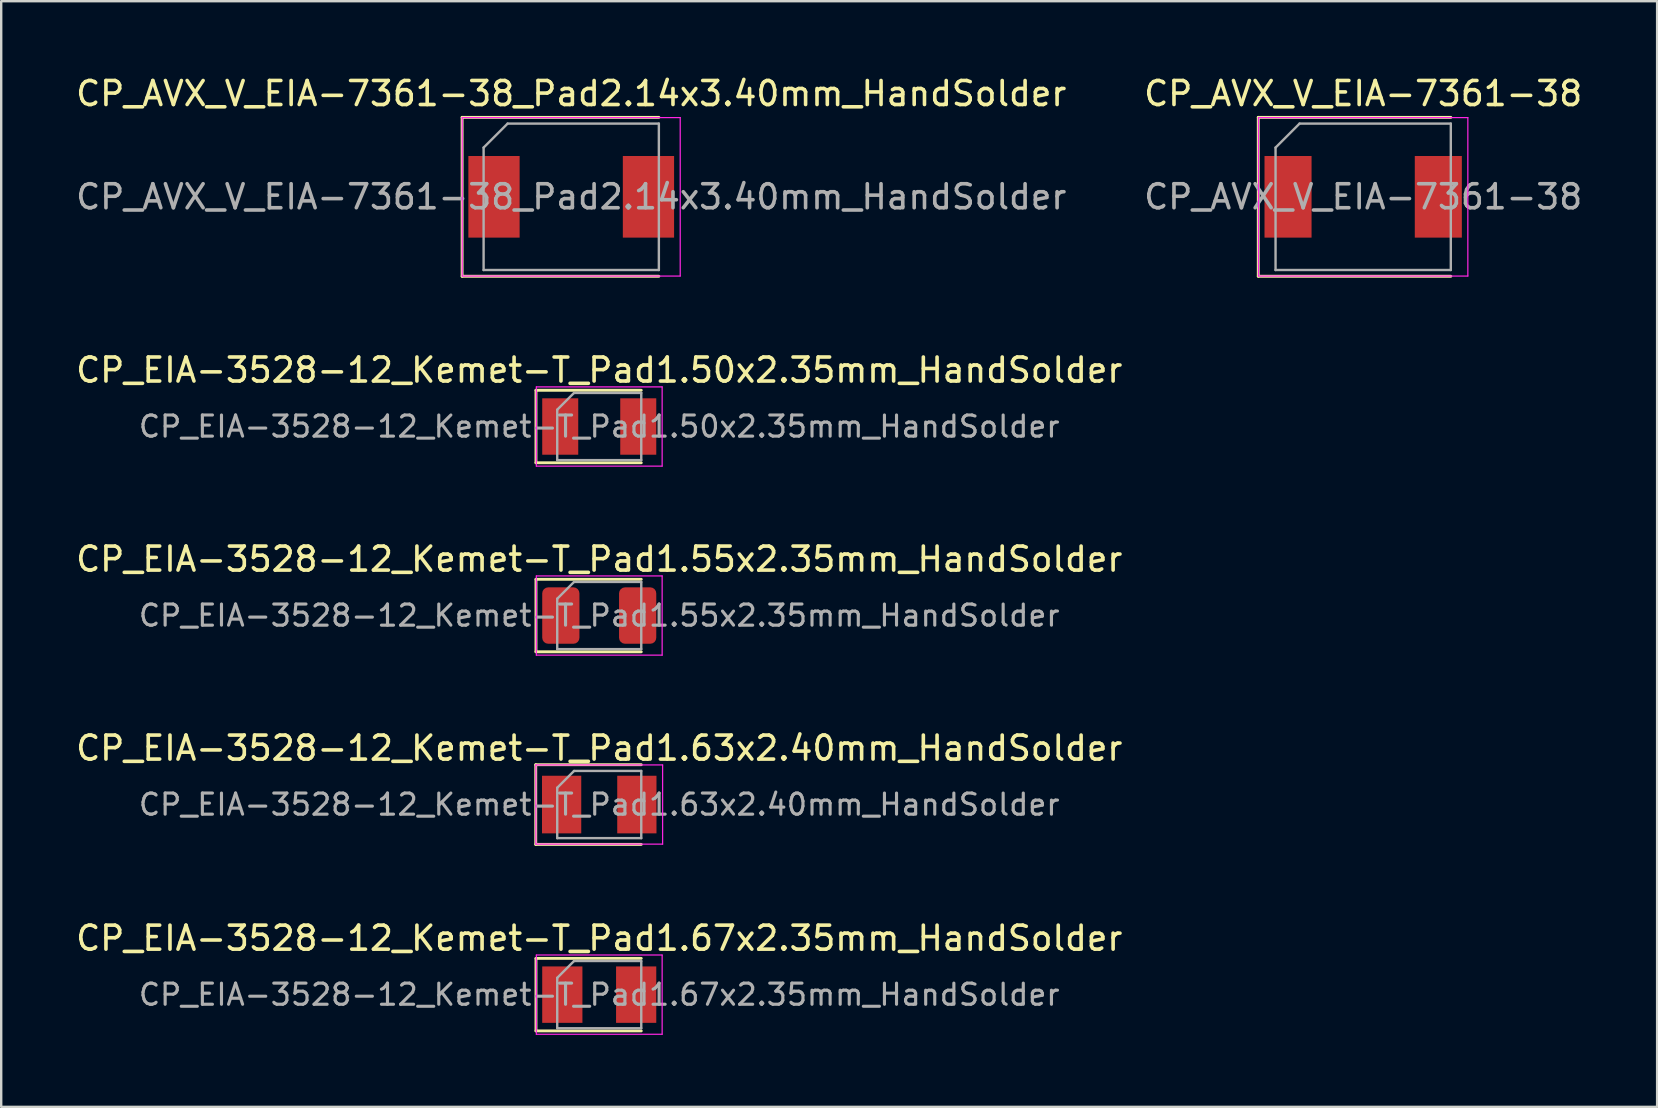
<source format=kicad_pcb>
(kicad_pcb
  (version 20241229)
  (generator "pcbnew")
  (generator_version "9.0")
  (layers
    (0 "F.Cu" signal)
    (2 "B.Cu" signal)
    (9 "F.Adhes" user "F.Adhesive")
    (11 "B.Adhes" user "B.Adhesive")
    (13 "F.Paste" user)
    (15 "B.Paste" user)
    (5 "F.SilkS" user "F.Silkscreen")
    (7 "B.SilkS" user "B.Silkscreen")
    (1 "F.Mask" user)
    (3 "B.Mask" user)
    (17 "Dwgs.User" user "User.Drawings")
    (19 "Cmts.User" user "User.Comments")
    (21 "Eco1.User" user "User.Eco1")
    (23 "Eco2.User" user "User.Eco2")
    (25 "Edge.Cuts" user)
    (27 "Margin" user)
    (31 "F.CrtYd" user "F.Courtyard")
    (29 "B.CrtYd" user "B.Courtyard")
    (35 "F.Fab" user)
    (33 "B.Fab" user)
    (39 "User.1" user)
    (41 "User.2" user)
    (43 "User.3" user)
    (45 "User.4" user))
  (footprint "CP_EIA-3528-12_Kemet-T_Pad1.50x2.35mm_HandSolder"
    (layer "F.Cu")
    (at 21.911 14.716)
    (property "Reference" "CP_EIA-3528-12_Kemet-T_Pad1.50x2.35mm_HandSolder" (at 0 -2.35 0) (layer "F.SilkS") (effects (font (size 1 1) (thickness 0.15))))
    (attr smd)
    (fp_line (start -2.635 -1.51) (end -2.635 1.51) (stroke (width 0.12) (type solid)) (layer "F.SilkS"))
    (fp_line (start -2.635 1.51) (end 1.75 1.51) (stroke (width 0.12) (type solid)) (layer "F.SilkS"))
    (fp_line (start 1.75 -1.51) (end -2.635 -1.51) (stroke (width 0.12) (type solid)) (layer "F.SilkS"))
    (fp_line (start -2.62 -1.65) (end 2.62 -1.65) (stroke (width 0.05) (type solid)) (layer "F.CrtYd"))
    (fp_line (start -2.62 1.65) (end -2.62 -1.65) (stroke (width 0.05) (type solid)) (layer "F.CrtYd"))
    (fp_line (start 2.62 -1.65) (end 2.62 1.65) (stroke (width 0.05) (type solid)) (layer "F.CrtYd"))
    (fp_line (start 2.62 1.65) (end -2.62 1.65) (stroke (width 0.05) (type solid)) (layer "F.CrtYd"))
    (fp_line (start -1.75 -0.7) (end -1.75 1.4) (stroke (width 0.1) (type solid)) (layer "F.Fab"))
    (fp_line (start -1.75 1.4) (end 1.75 1.4) (stroke (width 0.1) (type solid)) (layer "F.Fab"))
    (fp_line (start -1.05 -1.4) (end -1.75 -0.7) (stroke (width 0.1) (type solid)) (layer "F.Fab"))
    (fp_line (start 1.75 -1.4) (end -1.05 -1.4) (stroke (width 0.1) (type solid)) (layer "F.Fab"))
    (fp_line (start 1.75 1.4) (end 1.75 -1.4) (stroke (width 0.1) (type solid)) (layer "F.Fab"))
    (fp_text user "${REFERENCE}" (at 0 0 0) (layer "F.Fab") (effects (font (size 0.88 0.88) (thickness 0.13))))
    (pad "1" smd rect (at -1.625 0) (size 1.5 2.35) (layers "F.Cu" "F.Mask" "F.Paste"))
    (pad "2" smd rect (at 1.625 0) (size 1.5 2.35) (layers "F.Cu" "F.Mask" "F.Paste")))
  (footprint "CP_EIA-3528-12_Kemet-T_Pad1.67x2.35mm_HandSolder"
    (layer "F.Cu")
    (at 21.911 38.381)
    (property "Reference" "CP_EIA-3528-12_Kemet-T_Pad1.67x2.35mm_HandSolder" (at 0 -2.35 0) (layer "F.SilkS") (effects (font (size 1 1) (thickness 0.15))))
    (attr smd)
    (fp_line (start -2.635 -1.51) (end -2.635 1.51) (stroke (width 0.12) (type solid)) (layer "F.SilkS"))
    (fp_line (start -2.635 1.51) (end 1.75 1.51) (stroke (width 0.12) (type solid)) (layer "F.SilkS"))
    (fp_line (start 1.75 -1.51) (end -2.635 -1.51) (stroke (width 0.12) (type solid)) (layer "F.SilkS"))
    (fp_line (start -2.62 -1.65) (end 2.62 -1.65) (stroke (width 0.05) (type solid)) (layer "F.CrtYd"))
    (fp_line (start -2.62 1.65) (end -2.62 -1.65) (stroke (width 0.05) (type solid)) (layer "F.CrtYd"))
    (fp_line (start 2.62 -1.65) (end 2.62 1.65) (stroke (width 0.05) (type solid)) (layer "F.CrtYd"))
    (fp_line (start 2.62 1.65) (end -2.62 1.65) (stroke (width 0.05) (type solid)) (layer "F.CrtYd"))
    (fp_line (start -1.75 -0.7) (end -1.75 1.4) (stroke (width 0.1) (type solid)) (layer "F.Fab"))
    (fp_line (start -1.75 1.4) (end 1.75 1.4) (stroke (width 0.1) (type solid)) (layer "F.Fab"))
    (fp_line (start -1.05 -1.4) (end -1.75 -0.7) (stroke (width 0.1) (type solid)) (layer "F.Fab"))
    (fp_line (start 1.75 -1.4) (end -1.05 -1.4) (stroke (width 0.1) (type solid)) (layer "F.Fab"))
    (fp_line (start 1.75 1.4) (end 1.75 -1.4) (stroke (width 0.1) (type solid)) (layer "F.Fab"))
    (fp_text user "${REFERENCE}" (at 0 0 0) (layer "F.Fab") (effects (font (size 0.88 0.88) (thickness 0.13))))
    (pad "1" smd rect (at -1.538 0) (size 1.675 2.35) (layers "F.Cu" "F.Mask" "F.Paste"))
    (pad "2" smd rect (at 1.538 0) (size 1.675 2.35) (layers "F.Cu" "F.Mask" "F.Paste")))
  (footprint "CP_EIA-3528-12_Kemet-T_Pad1.55x2.35mm_HandSolder"
    (layer "F.Cu")
    (at 21.911 22.59)
    (property "Reference" "CP_EIA-3528-12_Kemet-T_Pad1.55x2.35mm_HandSolder" (at 0 -2.35 0) (layer "F.SilkS") (effects (font (size 1 1) (thickness 0.15))))
    (attr smd)
    (fp_line (start -2.635 -1.51) (end -2.635 1.51) (stroke (width 0.12) (type solid)) (layer "F.SilkS"))
    (fp_line (start -2.635 1.51) (end 1.75 1.51) (stroke (width 0.12) (type solid)) (layer "F.SilkS"))
    (fp_line (start 1.75 -1.51) (end -2.635 -1.51) (stroke (width 0.12) (type solid)) (layer "F.SilkS"))
    (fp_line (start -2.62 -1.65) (end 2.62 -1.65) (stroke (width 0.05) (type solid)) (layer "F.CrtYd"))
    (fp_line (start -2.62 1.65) (end -2.62 -1.65) (stroke (width 0.05) (type solid)) (layer "F.CrtYd"))
    (fp_line (start 2.62 -1.65) (end 2.62 1.65) (stroke (width 0.05) (type solid)) (layer "F.CrtYd"))
    (fp_line (start 2.62 1.65) (end -2.62 1.65) (stroke (width 0.05) (type solid)) (layer "F.CrtYd"))
    (fp_line (start -1.75 -0.7) (end -1.75 1.4) (stroke (width 0.1) (type solid)) (layer "F.Fab"))
    (fp_line (start -1.75 1.4) (end 1.75 1.4) (stroke (width 0.1) (type solid)) (layer "F.Fab"))
    (fp_line (start -1.05 -1.4) (end -1.75 -0.7) (stroke (width 0.1) (type solid)) (layer "F.Fab"))
    (fp_line (start 1.75 -1.4) (end -1.05 -1.4) (stroke (width 0.1) (type solid)) (layer "F.Fab"))
    (fp_line (start 1.75 1.4) (end 1.75 -1.4) (stroke (width 0.1) (type solid)) (layer "F.Fab"))
    (fp_text user "${REFERENCE}" (at 0 0 0) (layer "F.Fab") (effects (font (size 0.88 0.88) (thickness 0.13))))
    (pad "1" smd roundrect (at -1.6 0) (size 1.55 2.35) (layers "F.Cu" "F.Mask" "F.Paste") (roundrect_rratio 0.161))
    (pad "2" smd roundrect (at 1.6 0) (size 1.55 2.35) (layers "F.Cu" "F.Mask" "F.Paste") (roundrect_rratio 0.161)))
  (footprint "CP_AVX_V_EIA-7361-38_Pad2.14x3.40mm_HandSolder"
    (layer "F.Cu")
    (at 20.744 5.148)
    (property "Reference" "CP_AVX_V_EIA-7361-38_Pad2.14x3.40mm_HandSolder" (at 0 -4.3 0) (layer "F.SilkS") (effects (font (size 1 1) (thickness 0.15))))
    (attr smd)
    (fp_line (start -4.545 -3.31) (end -4.545 3.31) (stroke (width 0.12) (type solid)) (layer "F.SilkS"))
    (fp_line (start -4.545 3.31) (end 3.65 3.31) (stroke (width 0.12) (type solid)) (layer "F.SilkS"))
    (fp_line (start 3.65 -3.31) (end -4.545 -3.31) (stroke (width 0.12) (type solid)) (layer "F.SilkS"))
    (fp_line (start -4.54 -3.3) (end 4.54 -3.3) (stroke (width 0.05) (type solid)) (layer "F.CrtYd"))
    (fp_line (start -4.54 3.3) (end -4.54 -3.3) (stroke (width 0.05) (type solid)) (layer "F.CrtYd"))
    (fp_line (start 4.54 -3.3) (end 4.54 3.3) (stroke (width 0.05) (type solid)) (layer "F.CrtYd"))
    (fp_line (start 4.54 3.3) (end -4.54 3.3) (stroke (width 0.05) (type solid)) (layer "F.CrtYd"))
    (fp_line (start -3.65 -2.05) (end -3.65 3.05) (stroke (width 0.1) (type solid)) (layer "F.Fab"))
    (fp_line (start -3.65 3.05) (end 3.65 3.05) (stroke (width 0.1) (type solid)) (layer "F.Fab"))
    (fp_line (start -2.65 -3.05) (end -3.65 -2.05) (stroke (width 0.1) (type solid)) (layer "F.Fab"))
    (fp_line (start 3.65 -3.05) (end -2.65 -3.05) (stroke (width 0.1) (type solid)) (layer "F.Fab"))
    (fp_line (start 3.65 3.05) (end 3.65 -3.05) (stroke (width 0.1) (type solid)) (layer "F.Fab"))
    (fp_text user "${REFERENCE}" (at 0 0 0) (layer "F.Fab") (effects (font (size 1 1) (thickness 0.15))))
    (pad "1" smd rect (at -3.217 0) (size 2.135 3.4) (layers "F.Cu" "F.Mask" "F.Paste"))
    (pad "2" smd rect (at 3.217 0) (size 2.135 3.4) (layers "F.Cu" "F.Mask" "F.Paste")))
  (footprint "CP_AVX_V_EIA-7361-38"
    (layer "F.Cu")
    (at 53.732 5.148)
    (property "Reference" "CP_AVX_V_EIA-7361-38" (at 0 -4.3 0) (layer "F.SilkS") (effects (font (size 1 1) (thickness 0.15))))
    (attr smd)
    (fp_line (start -4.37 -3.31) (end -4.37 3.31) (stroke (width 0.12) (type solid)) (layer "F.SilkS"))
    (fp_line (start -4.37 3.31) (end 3.65 3.31) (stroke (width 0.12) (type solid)) (layer "F.SilkS"))
    (fp_line (start 3.65 -3.31) (end -4.37 -3.31) (stroke (width 0.12) (type solid)) (layer "F.SilkS"))
    (fp_line (start -4.36 -3.3) (end 4.36 -3.3) (stroke (width 0.05) (type solid)) (layer "F.CrtYd"))
    (fp_line (start -4.36 3.3) (end -4.36 -3.3) (stroke (width 0.05) (type solid)) (layer "F.CrtYd"))
    (fp_line (start 4.36 -3.3) (end 4.36 3.3) (stroke (width 0.05) (type solid)) (layer "F.CrtYd"))
    (fp_line (start 4.36 3.3) (end -4.36 3.3) (stroke (width 0.05) (type solid)) (layer "F.CrtYd"))
    (fp_line (start -3.65 -2.05) (end -3.65 3.05) (stroke (width 0.1) (type solid)) (layer "F.Fab"))
    (fp_line (start -3.65 3.05) (end 3.65 3.05) (stroke (width 0.1) (type solid)) (layer "F.Fab"))
    (fp_line (start -2.65 -3.05) (end -3.65 -2.05) (stroke (width 0.1) (type solid)) (layer "F.Fab"))
    (fp_line (start 3.65 -3.05) (end -2.65 -3.05) (stroke (width 0.1) (type solid)) (layer "F.Fab"))
    (fp_line (start 3.65 3.05) (end 3.65 -3.05) (stroke (width 0.1) (type solid)) (layer "F.Fab"))
    (fp_text user "${REFERENCE}" (at 0 0 0) (layer "F.Fab") (effects (font (size 1 1) (thickness 0.15))))
    (pad "1" smd rect (at -3.13 0) (size 1.96 3.4) (layers "F.Cu" "F.Mask" "F.Paste"))
    (pad "2" smd rect (at 3.13 0) (size 1.96 3.4) (layers "F.Cu" "F.Mask" "F.Paste")))
  (footprint "CP_EIA-3528-12_Kemet-T_Pad1.63x2.40mm_HandSolder"
    (layer "F.Cu")
    (at 21.911 30.463)
    (property "Reference" "CP_EIA-3528-12_Kemet-T_Pad1.63x2.40mm_HandSolder" (at 0 -2.35 0) (layer "F.SilkS") (effects (font (size 1 1) (thickness 0.15))))
    (attr smd)
    (fp_line (start -2.645 -1.66) (end -2.645 1.66) (stroke (width 0.12) (type solid)) (layer "F.SilkS"))
    (fp_line (start -2.645 1.66) (end 1.75 1.66) (stroke (width 0.12) (type solid)) (layer "F.SilkS"))
    (fp_line (start 1.75 -1.66) (end -2.645 -1.66) (stroke (width 0.12) (type solid)) (layer "F.SilkS"))
    (fp_line (start -2.64 -1.65) (end 2.64 -1.65) (stroke (width 0.05) (type solid)) (layer "F.CrtYd"))
    (fp_line (start -2.64 1.65) (end -2.64 -1.65) (stroke (width 0.05) (type solid)) (layer "F.CrtYd"))
    (fp_line (start 2.64 -1.65) (end 2.64 1.65) (stroke (width 0.05) (type solid)) (layer "F.CrtYd"))
    (fp_line (start 2.64 1.65) (end -2.64 1.65) (stroke (width 0.05) (type solid)) (layer "F.CrtYd"))
    (fp_line (start -1.75 -0.7) (end -1.75 1.4) (stroke (width 0.1) (type solid)) (layer "F.Fab"))
    (fp_line (start -1.75 1.4) (end 1.75 1.4) (stroke (width 0.1) (type solid)) (layer "F.Fab"))
    (fp_line (start -1.05 -1.4) (end -1.75 -0.7) (stroke (width 0.1) (type solid)) (layer "F.Fab"))
    (fp_line (start 1.75 -1.4) (end -1.05 -1.4) (stroke (width 0.1) (type solid)) (layer "F.Fab"))
    (fp_line (start 1.75 1.4) (end 1.75 -1.4) (stroke (width 0.1) (type solid)) (layer "F.Fab"))
    (fp_text user "${REFERENCE}" (at 0 0 0) (layer "F.Fab") (effects (font (size 0.88 0.88) (thickness 0.13))))
    (pad "1" smd rect (at -1.567 0) (size 1.635 2.4) (layers "F.Cu" "F.Mask" "F.Paste"))
    (pad "2" smd rect (at 1.567 0) (size 1.635 2.4) (layers "F.Cu" "F.Mask" "F.Paste")))
  (gr_rect
    (start -3 -3)
    (end 65.976 43.056)
    (stroke (width 0.1) (type default))
    (fill no)
    (layer "Edge.Cuts")))
</source>
